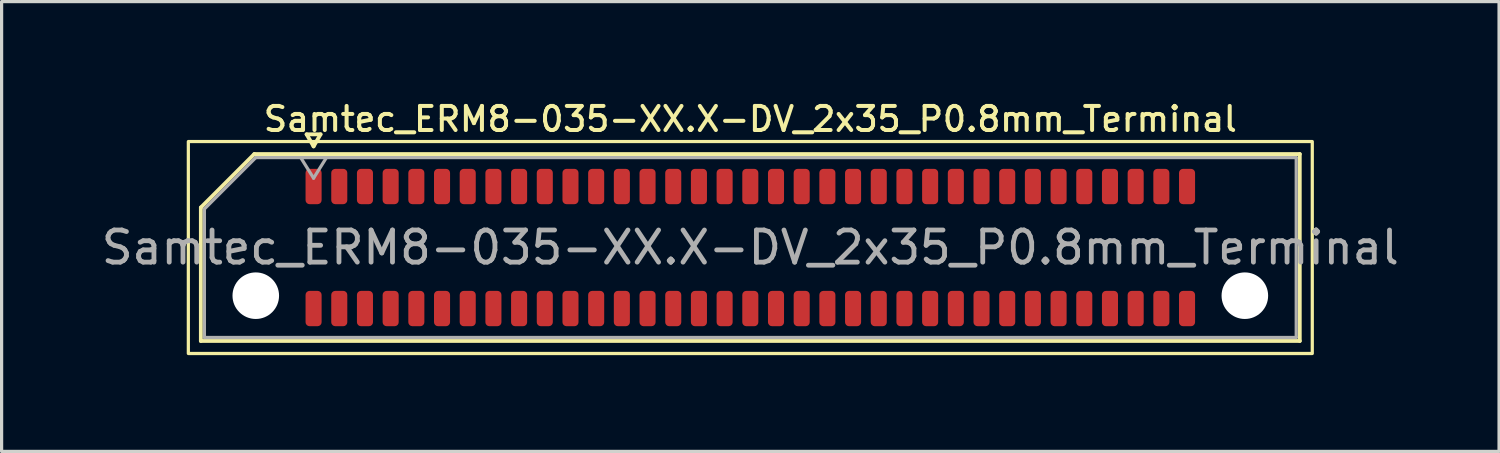
<source format=kicad_pcb>
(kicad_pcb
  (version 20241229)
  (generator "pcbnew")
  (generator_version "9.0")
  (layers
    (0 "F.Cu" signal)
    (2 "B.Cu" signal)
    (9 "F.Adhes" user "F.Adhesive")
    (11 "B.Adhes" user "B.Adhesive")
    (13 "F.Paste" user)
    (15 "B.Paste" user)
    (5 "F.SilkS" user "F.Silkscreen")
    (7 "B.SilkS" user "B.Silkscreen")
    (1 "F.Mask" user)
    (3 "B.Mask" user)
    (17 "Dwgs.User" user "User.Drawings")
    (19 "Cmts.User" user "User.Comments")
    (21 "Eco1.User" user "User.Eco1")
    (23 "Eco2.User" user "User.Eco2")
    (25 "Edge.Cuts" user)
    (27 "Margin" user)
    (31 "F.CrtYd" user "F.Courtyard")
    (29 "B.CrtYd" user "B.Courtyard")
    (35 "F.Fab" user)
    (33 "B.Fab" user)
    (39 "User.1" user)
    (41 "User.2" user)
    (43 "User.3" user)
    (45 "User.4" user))
  (footprint "Samtec_ERM8-035-XX.X-DV_2x35_P0.8mm_Terminal"
    (layer "F.Cu")
    (at 20.315 4.658)
    (property "Reference" "Samtec_ERM8-035-XX.X-DV_2x35_P0.8mm_Terminal" (at 0 -4 0) (layer "F.SilkS") (effects (font (size 0.75 0.75) (thickness 0.125))))
    (attr smd)
    (fp_line (start -17.11 -1.246) (end -15.446 -2.91) (stroke (width 0.12) (type solid)) (layer "F.SilkS"))
    (fp_line (start -17.11 2.91) (end -17.11 -1.246) (stroke (width 0.12) (type solid)) (layer "F.SilkS"))
    (fp_line (start -15.446 -2.91) (end 17.11 -2.91) (stroke (width 0.12) (type solid)) (layer "F.SilkS"))
    (fp_line (start -13.817 -3.525) (end -13.6 -3.15) (stroke (width 0.12) (type solid)) (layer "F.SilkS"))
    (fp_line (start -13.6 -3.15) (end -13.383 -3.525) (stroke (width 0.12) (type solid)) (layer "F.SilkS"))
    (fp_line (start -13.383 -3.525) (end -13.817 -3.525) (stroke (width 0.12) (type solid)) (layer "F.SilkS"))
    (fp_line (start 17.11 -2.91) (end 17.11 2.91) (stroke (width 0.12) (type solid)) (layer "F.SilkS"))
    (fp_line (start 17.11 2.91) (end -17.11 2.91) (stroke (width 0.12) (type solid)) (layer "F.SilkS"))
    (fp_rect (start -17.5 -3.3) (end 17.5 3.3) (stroke (width 0.1) (type solid)) (fill no) (layer "F.SilkS"))
    (fp_line (start -17 -1.2) (end -15.4 -2.8) (stroke (width 0.1) (type solid)) (layer "F.Fab"))
    (fp_line (start -17 2.8) (end -17 -1.2) (stroke (width 0.1) (type solid)) (layer "F.Fab"))
    (fp_line (start -15.4 -2.8) (end 17 -2.8) (stroke (width 0.1) (type solid)) (layer "F.Fab"))
    (fp_line (start -14 -2.8) (end -13.6 -2.16) (stroke (width 0.1) (type solid)) (layer "F.Fab"))
    (fp_line (start -13.6 -2.16) (end -13.2 -2.8) (stroke (width 0.1) (type solid)) (layer "F.Fab"))
    (fp_line (start 17 -2.8) (end 17 2.8) (stroke (width 0.1) (type solid)) (layer "F.Fab"))
    (fp_line (start 17 2.8) (end -17 2.8) (stroke (width 0.1) (type solid)) (layer "F.Fab"))
    (fp_text user "${REFERENCE}" (at 0 0 0) (layer "F.Fab") (effects (font (size 1 1) (thickness 0.15))))
    (pad "" np_thru_hole circle (at -15.4 1.5) (size 1.45 1.45) (drill 1.45) (layers "*.Cu" "*.Mask"))
    (pad "" np_thru_hole circle (at 15.4 1.5) (size 1.45 1.45) (drill 1.45) (layers "*.Cu" "*.Mask"))
    (pad "1" smd roundrect (at -13.6 -1.9) (size 0.5 1.1) (layers "F.Cu" "F.Mask" "F.Paste") (roundrect_rratio 0.25))
    (pad "2" smd roundrect (at -13.6 1.9) (size 0.5 1.1) (layers "F.Cu" "F.Mask" "F.Paste") (roundrect_rratio 0.25))
    (pad "3" smd roundrect (at -12.8 -1.9) (size 0.5 1.1) (layers "F.Cu" "F.Mask" "F.Paste") (roundrect_rratio 0.25))
    (pad "4" smd roundrect (at -12.8 1.9) (size 0.5 1.1) (layers "F.Cu" "F.Mask" "F.Paste") (roundrect_rratio 0.25))
    (pad "5" smd roundrect (at -12 -1.9) (size 0.5 1.1) (layers "F.Cu" "F.Mask" "F.Paste") (roundrect_rratio 0.25))
    (pad "6" smd roundrect (at -12 1.9) (size 0.5 1.1) (layers "F.Cu" "F.Mask" "F.Paste") (roundrect_rratio 0.25))
    (pad "7" smd roundrect (at -11.2 -1.9) (size 0.5 1.1) (layers "F.Cu" "F.Mask" "F.Paste") (roundrect_rratio 0.25))
    (pad "8" smd roundrect (at -11.2 1.9) (size 0.5 1.1) (layers "F.Cu" "F.Mask" "F.Paste") (roundrect_rratio 0.25))
    (pad "9" smd roundrect (at -10.4 -1.9) (size 0.5 1.1) (layers "F.Cu" "F.Mask" "F.Paste") (roundrect_rratio 0.25))
    (pad "10" smd roundrect (at -10.4 1.9) (size 0.5 1.1) (layers "F.Cu" "F.Mask" "F.Paste") (roundrect_rratio 0.25))
    (pad "11" smd roundrect (at -9.6 -1.9) (size 0.5 1.1) (layers "F.Cu" "F.Mask" "F.Paste") (roundrect_rratio 0.25))
    (pad "12" smd roundrect (at -9.6 1.9) (size 0.5 1.1) (layers "F.Cu" "F.Mask" "F.Paste") (roundrect_rratio 0.25))
    (pad "13" smd roundrect (at -8.8 -1.9) (size 0.5 1.1) (layers "F.Cu" "F.Mask" "F.Paste") (roundrect_rratio 0.25))
    (pad "14" smd roundrect (at -8.8 1.9) (size 0.5 1.1) (layers "F.Cu" "F.Mask" "F.Paste") (roundrect_rratio 0.25))
    (pad "15" smd roundrect (at -8 -1.9) (size 0.5 1.1) (layers "F.Cu" "F.Mask" "F.Paste") (roundrect_rratio 0.25))
    (pad "16" smd roundrect (at -8 1.9) (size 0.5 1.1) (layers "F.Cu" "F.Mask" "F.Paste") (roundrect_rratio 0.25))
    (pad "17" smd roundrect (at -7.2 -1.9) (size 0.5 1.1) (layers "F.Cu" "F.Mask" "F.Paste") (roundrect_rratio 0.25))
    (pad "18" smd roundrect (at -7.2 1.9) (size 0.5 1.1) (layers "F.Cu" "F.Mask" "F.Paste") (roundrect_rratio 0.25))
    (pad "19" smd roundrect (at -6.4 -1.9) (size 0.5 1.1) (layers "F.Cu" "F.Mask" "F.Paste") (roundrect_rratio 0.25))
    (pad "20" smd roundrect (at -6.4 1.9) (size 0.5 1.1) (layers "F.Cu" "F.Mask" "F.Paste") (roundrect_rratio 0.25))
    (pad "21" smd roundrect (at -5.6 -1.9) (size 0.5 1.1) (layers "F.Cu" "F.Mask" "F.Paste") (roundrect_rratio 0.25))
    (pad "22" smd roundrect (at -5.6 1.9) (size 0.5 1.1) (layers "F.Cu" "F.Mask" "F.Paste") (roundrect_rratio 0.25))
    (pad "23" smd roundrect (at -4.8 -1.9) (size 0.5 1.1) (layers "F.Cu" "F.Mask" "F.Paste") (roundrect_rratio 0.25))
    (pad "24" smd roundrect (at -4.8 1.9) (size 0.5 1.1) (layers "F.Cu" "F.Mask" "F.Paste") (roundrect_rratio 0.25))
    (pad "25" smd roundrect (at -4 -1.9) (size 0.5 1.1) (layers "F.Cu" "F.Mask" "F.Paste") (roundrect_rratio 0.25))
    (pad "26" smd roundrect (at -4 1.9) (size 0.5 1.1) (layers "F.Cu" "F.Mask" "F.Paste") (roundrect_rratio 0.25))
    (pad "27" smd roundrect (at -3.2 -1.9) (size 0.5 1.1) (layers "F.Cu" "F.Mask" "F.Paste") (roundrect_rratio 0.25))
    (pad "28" smd roundrect (at -3.2 1.9) (size 0.5 1.1) (layers "F.Cu" "F.Mask" "F.Paste") (roundrect_rratio 0.25))
    (pad "29" smd roundrect (at -2.4 -1.9) (size 0.5 1.1) (layers "F.Cu" "F.Mask" "F.Paste") (roundrect_rratio 0.25))
    (pad "30" smd roundrect (at -2.4 1.9) (size 0.5 1.1) (layers "F.Cu" "F.Mask" "F.Paste") (roundrect_rratio 0.25))
    (pad "31" smd roundrect (at -1.6 -1.9) (size 0.5 1.1) (layers "F.Cu" "F.Mask" "F.Paste") (roundrect_rratio 0.25))
    (pad "32" smd roundrect (at -1.6 1.9) (size 0.5 1.1) (layers "F.Cu" "F.Mask" "F.Paste") (roundrect_rratio 0.25))
    (pad "33" smd roundrect (at -0.8 -1.9) (size 0.5 1.1) (layers "F.Cu" "F.Mask" "F.Paste") (roundrect_rratio 0.25))
    (pad "34" smd roundrect (at -0.8 1.9) (size 0.5 1.1) (layers "F.Cu" "F.Mask" "F.Paste") (roundrect_rratio 0.25))
    (pad "35" smd roundrect (at 0 -1.9) (size 0.5 1.1) (layers "F.Cu" "F.Mask" "F.Paste") (roundrect_rratio 0.25))
    (pad "36" smd roundrect (at 0 1.9) (size 0.5 1.1) (layers "F.Cu" "F.Mask" "F.Paste") (roundrect_rratio 0.25))
    (pad "37" smd roundrect (at 0.8 -1.9) (size 0.5 1.1) (layers "F.Cu" "F.Mask" "F.Paste") (roundrect_rratio 0.25))
    (pad "38" smd roundrect (at 0.8 1.9) (size 0.5 1.1) (layers "F.Cu" "F.Mask" "F.Paste") (roundrect_rratio 0.25))
    (pad "39" smd roundrect (at 1.6 -1.9) (size 0.5 1.1) (layers "F.Cu" "F.Mask" "F.Paste") (roundrect_rratio 0.25))
    (pad "40" smd roundrect (at 1.6 1.9) (size 0.5 1.1) (layers "F.Cu" "F.Mask" "F.Paste") (roundrect_rratio 0.25))
    (pad "41" smd roundrect (at 2.4 -1.9) (size 0.5 1.1) (layers "F.Cu" "F.Mask" "F.Paste") (roundrect_rratio 0.25))
    (pad "42" smd roundrect (at 2.4 1.9) (size 0.5 1.1) (layers "F.Cu" "F.Mask" "F.Paste") (roundrect_rratio 0.25))
    (pad "43" smd roundrect (at 3.2 -1.9) (size 0.5 1.1) (layers "F.Cu" "F.Mask" "F.Paste") (roundrect_rratio 0.25))
    (pad "44" smd roundrect (at 3.2 1.9) (size 0.5 1.1) (layers "F.Cu" "F.Mask" "F.Paste") (roundrect_rratio 0.25))
    (pad "45" smd roundrect (at 4 -1.9) (size 0.5 1.1) (layers "F.Cu" "F.Mask" "F.Paste") (roundrect_rratio 0.25))
    (pad "46" smd roundrect (at 4 1.9) (size 0.5 1.1) (layers "F.Cu" "F.Mask" "F.Paste") (roundrect_rratio 0.25))
    (pad "47" smd roundrect (at 4.8 -1.9) (size 0.5 1.1) (layers "F.Cu" "F.Mask" "F.Paste") (roundrect_rratio 0.25))
    (pad "48" smd roundrect (at 4.8 1.9) (size 0.5 1.1) (layers "F.Cu" "F.Mask" "F.Paste") (roundrect_rratio 0.25))
    (pad "49" smd roundrect (at 5.6 -1.9) (size 0.5 1.1) (layers "F.Cu" "F.Mask" "F.Paste") (roundrect_rratio 0.25))
    (pad "50" smd roundrect (at 5.6 1.9) (size 0.5 1.1) (layers "F.Cu" "F.Mask" "F.Paste") (roundrect_rratio 0.25))
    (pad "51" smd roundrect (at 6.4 -1.9) (size 0.5 1.1) (layers "F.Cu" "F.Mask" "F.Paste") (roundrect_rratio 0.25))
    (pad "52" smd roundrect (at 6.4 1.9) (size 0.5 1.1) (layers "F.Cu" "F.Mask" "F.Paste") (roundrect_rratio 0.25))
    (pad "53" smd roundrect (at 7.2 -1.9) (size 0.5 1.1) (layers "F.Cu" "F.Mask" "F.Paste") (roundrect_rratio 0.25))
    (pad "54" smd roundrect (at 7.2 1.9) (size 0.5 1.1) (layers "F.Cu" "F.Mask" "F.Paste") (roundrect_rratio 0.25))
    (pad "55" smd roundrect (at 8 -1.9) (size 0.5 1.1) (layers "F.Cu" "F.Mask" "F.Paste") (roundrect_rratio 0.25))
    (pad "56" smd roundrect (at 8 1.9) (size 0.5 1.1) (layers "F.Cu" "F.Mask" "F.Paste") (roundrect_rratio 0.25))
    (pad "57" smd roundrect (at 8.8 -1.9) (size 0.5 1.1) (layers "F.Cu" "F.Mask" "F.Paste") (roundrect_rratio 0.25))
    (pad "58" smd roundrect (at 8.8 1.9) (size 0.5 1.1) (layers "F.Cu" "F.Mask" "F.Paste") (roundrect_rratio 0.25))
    (pad "59" smd roundrect (at 9.6 -1.9) (size 0.5 1.1) (layers "F.Cu" "F.Mask" "F.Paste") (roundrect_rratio 0.25))
    (pad "60" smd roundrect (at 9.6 1.9) (size 0.5 1.1) (layers "F.Cu" "F.Mask" "F.Paste") (roundrect_rratio 0.25))
    (pad "61" smd roundrect (at 10.4 -1.9) (size 0.5 1.1) (layers "F.Cu" "F.Mask" "F.Paste") (roundrect_rratio 0.25))
    (pad "62" smd roundrect (at 10.4 1.9) (size 0.5 1.1) (layers "F.Cu" "F.Mask" "F.Paste") (roundrect_rratio 0.25))
    (pad "63" smd roundrect (at 11.2 -1.9) (size 0.5 1.1) (layers "F.Cu" "F.Mask" "F.Paste") (roundrect_rratio 0.25))
    (pad "64" smd roundrect (at 11.2 1.9) (size 0.5 1.1) (layers "F.Cu" "F.Mask" "F.Paste") (roundrect_rratio 0.25))
    (pad "65" smd roundrect (at 12 -1.9) (size 0.5 1.1) (layers "F.Cu" "F.Mask" "F.Paste") (roundrect_rratio 0.25))
    (pad "66" smd roundrect (at 12 1.9) (size 0.5 1.1) (layers "F.Cu" "F.Mask" "F.Paste") (roundrect_rratio 0.25))
    (pad "67" smd roundrect (at 12.8 -1.9) (size 0.5 1.1) (layers "F.Cu" "F.Mask" "F.Paste") (roundrect_rratio 0.25))
    (pad "68" smd roundrect (at 12.8 1.9) (size 0.5 1.1) (layers "F.Cu" "F.Mask" "F.Paste") (roundrect_rratio 0.25))
    (pad "69" smd roundrect (at 13.6 -1.9) (size 0.5 1.1) (layers "F.Cu" "F.Mask" "F.Paste") (roundrect_rratio 0.25))
    (pad "70" smd roundrect (at 13.6 1.9) (size 0.5 1.1) (layers "F.Cu" "F.Mask" "F.Paste") (roundrect_rratio 0.25)))
  (gr_rect
    (start -3 -3)
    (end 43.631 11.008)
    (stroke (width 0.1) (type default))
    (fill no)
    (layer "Edge.Cuts")))
</source>
